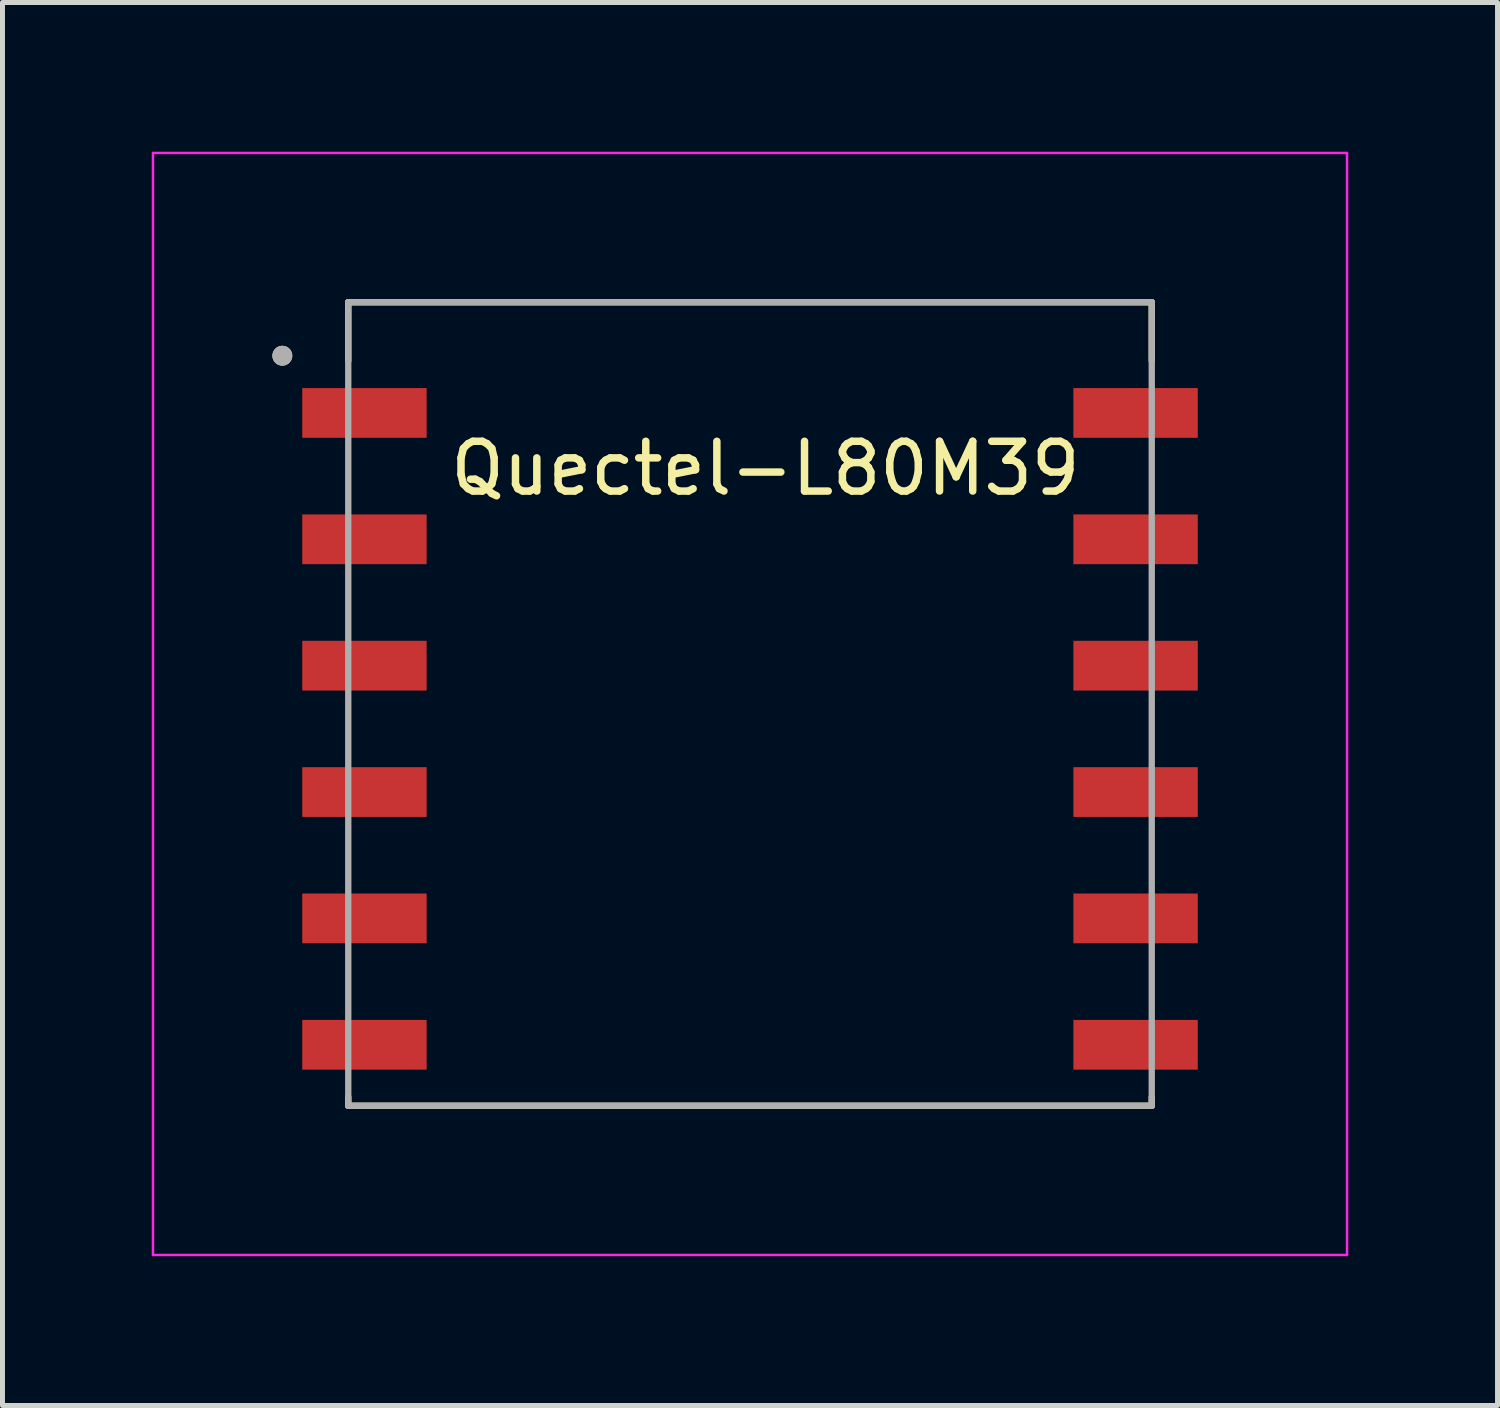
<source format=kicad_pcb>
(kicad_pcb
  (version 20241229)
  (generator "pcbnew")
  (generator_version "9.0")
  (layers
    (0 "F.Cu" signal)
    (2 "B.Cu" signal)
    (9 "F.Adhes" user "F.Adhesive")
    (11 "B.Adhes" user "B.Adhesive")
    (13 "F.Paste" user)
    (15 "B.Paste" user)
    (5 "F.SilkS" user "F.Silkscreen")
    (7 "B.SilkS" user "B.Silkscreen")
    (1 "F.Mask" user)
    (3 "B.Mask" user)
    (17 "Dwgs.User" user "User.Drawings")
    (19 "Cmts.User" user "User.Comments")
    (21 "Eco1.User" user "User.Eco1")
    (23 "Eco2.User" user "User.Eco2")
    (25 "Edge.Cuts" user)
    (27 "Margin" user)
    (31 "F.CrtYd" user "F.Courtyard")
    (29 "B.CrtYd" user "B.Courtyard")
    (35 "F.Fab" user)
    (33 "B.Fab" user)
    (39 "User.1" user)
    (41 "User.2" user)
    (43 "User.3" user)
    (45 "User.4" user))
  (footprint "Quectel-L80M39"
    (layer "F.Cu")
    (at 12.295 11.935)
    (property "Reference" "Quectel-L80M39" (at 0.04 -5.57 0) (unlocked yes) (layer "F.SilkS") (effects (font (size 1 1) (thickness 0.15))))
    (attr smd)
    (fp_line (start -8.345 -8.91) (end -8.345 -7.735) (stroke (width 0.127) (type solid)) (layer "F.SilkS"))
    (fp_line (start -8.345 -8.91) (end 7.805 -8.91) (stroke (width 0.127) (type solid)) (layer "F.SilkS"))
    (fp_line (start -8.345 7.24) (end -8.345 7.065) (stroke (width 0.127) (type solid)) (layer "F.SilkS"))
    (fp_line (start 7.805 -8.91) (end 7.805 -7.735) (stroke (width 0.127) (type solid)) (layer "F.SilkS"))
    (fp_line (start 7.805 7.24) (end -8.345 7.24) (stroke (width 0.127) (type solid)) (layer "F.SilkS"))
    (fp_line (start 7.805 7.24) (end 7.805 7.065) (stroke (width 0.127) (type solid)) (layer "F.SilkS"))
    (fp_circle (center -9.67 -7.835) (end -9.57 -7.835) (stroke (width 0.2) (type solid)) (fill no) (layer "F.SilkS"))
    (fp_rect (start -9.215 -7.13) (end -6.83 -6.24) (stroke (width 0.1) (type solid)) (fill yes) (layer "F.Paste"))
    (fp_rect (start -9.213 -4.6) (end -6.827 -3.71) (stroke (width 0.1) (type solid)) (fill yes) (layer "F.Paste"))
    (fp_rect (start -9.213 -2.06) (end -6.827 -1.17) (stroke (width 0.1) (type solid)) (fill yes) (layer "F.Paste"))
    (fp_rect (start -9.213 0.49) (end -6.827 1.38) (stroke (width 0.1) (type solid)) (fill yes) (layer "F.Paste"))
    (fp_rect (start -9.213 3.03) (end -6.827 3.92) (stroke (width 0.1) (type solid)) (fill yes) (layer "F.Paste"))
    (fp_rect (start -9.213 5.57) (end -6.827 6.46) (stroke (width 0.1) (type solid)) (fill yes) (layer "F.Paste"))
    (fp_rect (start 6.277 5.57) (end 8.662 6.46) (stroke (width 0.1) (type solid)) (fill yes) (layer "F.Paste"))
    (fp_rect (start 6.287 -7.13) (end 8.672 -6.24) (stroke (width 0.1) (type solid)) (fill yes) (layer "F.Paste"))
    (fp_rect (start 6.287 -4.59) (end 8.672 -3.7) (stroke (width 0.1) (type solid)) (fill yes) (layer "F.Paste"))
    (fp_rect (start 6.287 -2.05) (end 8.672 -1.16) (stroke (width 0.1) (type solid)) (fill yes) (layer "F.Paste"))
    (fp_rect (start 6.287 0.49) (end 8.672 1.38) (stroke (width 0.1) (type solid)) (fill yes) (layer "F.Paste"))
    (fp_rect (start 6.287 3.03) (end 8.672 3.92) (stroke (width 0.1) (type solid)) (fill yes) (layer "F.Paste"))
    (fp_line (start -12.27 -11.91) (end 11.73 -11.91) (stroke (width 0.05) (type solid)) (layer "F.CrtYd"))
    (fp_line (start -12.27 10.24) (end -12.27 -11.91) (stroke (width 0.05) (type solid)) (layer "F.CrtYd"))
    (fp_line (start 11.73 -11.91) (end 11.73 10.24) (stroke (width 0.05) (type solid)) (layer "F.CrtYd"))
    (fp_line (start 11.73 10.24) (end -12.27 10.24) (stroke (width 0.05) (type solid)) (layer "F.CrtYd"))
    (fp_line (start -8.345 -8.91) (end 7.805 -8.91) (stroke (width 0.127) (type solid)) (layer "F.Fab"))
    (fp_line (start -8.345 7.24) (end -8.345 -8.91) (stroke (width 0.127) (type solid)) (layer "F.Fab"))
    (fp_line (start 7.805 -8.91) (end 7.805 7.24) (stroke (width 0.127) (type solid)) (layer "F.Fab"))
    (fp_line (start 7.805 7.24) (end -8.345 7.24) (stroke (width 0.127) (type solid)) (layer "F.Fab"))
    (fp_circle (center -9.67 -7.835) (end -9.57 -7.835) (stroke (width 0.2) (type solid)) (fill no) (layer "F.Fab"))
    (pad "1" smd rect (at -8.02 -6.685) (size 2.5 1) (layers "F.Cu" "F.Mask"))
    (pad "2" smd rect (at -8.02 -4.145) (size 2.5 1) (layers "F.Cu" "F.Mask"))
    (pad "3" smd rect (at -8.02 -1.605) (size 2.5 1) (layers "F.Cu" "F.Mask"))
    (pad "4" smd rect (at -8.02 0.935) (size 2.5 1) (layers "F.Cu" "F.Mask"))
    (pad "5" smd rect (at -8.02 3.475) (size 2.5 1) (layers "F.Cu" "F.Mask"))
    (pad "6" smd rect (at -8.02 6.015) (size 2.5 1) (layers "F.Cu" "F.Mask"))
    (pad "7" smd rect (at 7.48 6.015) (size 2.5 1) (layers "F.Cu" "F.Mask"))
    (pad "8" smd rect (at 7.48 3.475) (size 2.5 1) (layers "F.Cu" "F.Mask"))
    (pad "9" smd rect (at 7.48 0.935) (size 2.5 1) (layers "F.Cu" "F.Mask"))
    (pad "10" smd rect (at 7.48 -1.605) (size 2.5 1) (layers "F.Cu" "F.Mask"))
    (pad "11" smd rect (at 7.48 -4.145) (size 2.5 1) (layers "F.Cu" "F.Mask"))
    (pad "12" smd rect (at 7.48 -6.685) (size 2.5 1) (layers "F.Cu" "F.Mask")))
  (gr_rect
    (start -3 -3)
    (end 27.05 25.2)
    (stroke (width 0.1) (type default))
    (fill no)
    (layer "Edge.Cuts")))
</source>
